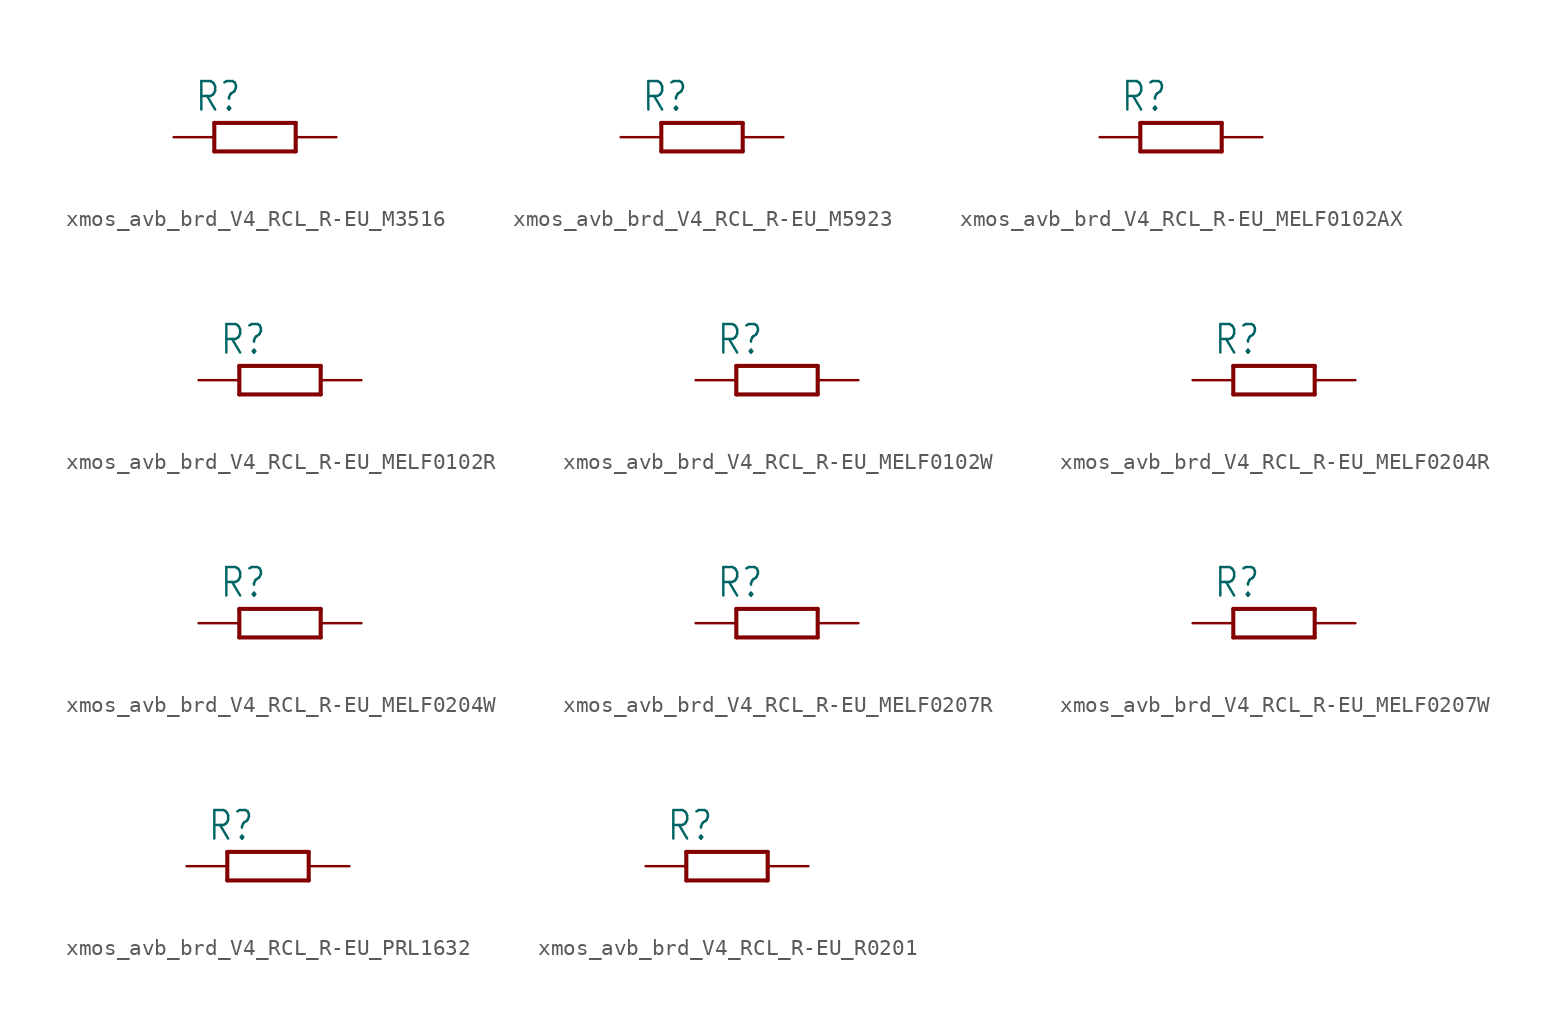
<source format=kicad_sym>
(kicad_symbol_lib
  (version 20241209)
  (generator "kicad_symbol_editor")
  (generator_version "9.0")
  (symbol "xmos_avb_brd_V4_RCL_R-EU_M3516"
    (property "Reference" "R"
      (at -3.81 1.499 0)
      (effects (font (size 1.778 1.511)) (justify left bottom)))
    (property "Value" ""
      (at -3.81 -3.302 0)
      (effects (font (size 1.778 1.511)) (justify left bottom)))
    (property "ki_locked" ""
      (at 0 0 0)
      (effects (font (size 1.27 1.27))))
    (symbol "xmos_avb_brd_V4_RCL_R-EU_M3516_1_0"
      (polyline (pts (xy -2.54 -0.889) (xy -2.54 0.889)) (stroke (width 0.254) (type solid)) (fill (type none)))
      (polyline (pts (xy -2.54 -0.889) (xy 2.54 -0.889)) (stroke (width 0.254) (type solid)) (fill (type none)))
      (polyline (pts (xy 2.54 0.889) (xy -2.54 0.889)) (stroke (width 0.254) (type solid)) (fill (type none)))
      (polyline (pts (xy 2.54 -0.889) (xy 2.54 0.889)) (stroke (width 0.254) (type solid)) (fill (type none)))
      (pin passive line (at -5.08 0 0) (length 2.54) (name "1" (effects (font (size 0 0)))) (number "1" (effects (font (size 0 0)))))
      (pin passive line (at 5.08 0 180) (length 2.54) (name "2" (effects (font (size 0 0)))) (number "2" (effects (font (size 0 0)))))))
  (symbol "xmos_avb_brd_V4_RCL_R-EU_M5923"
    (property "Reference" "R"
      (at -3.81 1.499 0)
      (effects (font (size 1.778 1.511)) (justify left bottom)))
    (property "Value" ""
      (at -3.81 -3.302 0)
      (effects (font (size 1.778 1.511)) (justify left bottom)))
    (property "ki_locked" ""
      (at 0 0 0)
      (effects (font (size 1.27 1.27))))
    (symbol "xmos_avb_brd_V4_RCL_R-EU_M5923_1_0"
      (polyline (pts (xy -2.54 -0.889) (xy -2.54 0.889)) (stroke (width 0.254) (type solid)) (fill (type none)))
      (polyline (pts (xy -2.54 -0.889) (xy 2.54 -0.889)) (stroke (width 0.254) (type solid)) (fill (type none)))
      (polyline (pts (xy 2.54 0.889) (xy -2.54 0.889)) (stroke (width 0.254) (type solid)) (fill (type none)))
      (polyline (pts (xy 2.54 -0.889) (xy 2.54 0.889)) (stroke (width 0.254) (type solid)) (fill (type none)))
      (pin passive line (at -5.08 0 0) (length 2.54) (name "1" (effects (font (size 0 0)))) (number "1" (effects (font (size 0 0)))))
      (pin passive line (at 5.08 0 180) (length 2.54) (name "2" (effects (font (size 0 0)))) (number "2" (effects (font (size 0 0)))))))
  (symbol "xmos_avb_brd_V4_RCL_R-EU_MELF0102AX"
    (property "Reference" "R"
      (at -3.81 1.499 0)
      (effects (font (size 1.778 1.511)) (justify left bottom)))
    (property "Value" ""
      (at -3.81 -3.302 0)
      (effects (font (size 1.778 1.511)) (justify left bottom)))
    (property "ki_locked" ""
      (at 0 0 0)
      (effects (font (size 1.27 1.27))))
    (symbol "xmos_avb_brd_V4_RCL_R-EU_MELF0102AX_1_0"
      (polyline (pts (xy -2.54 -0.889) (xy -2.54 0.889)) (stroke (width 0.254) (type solid)) (fill (type none)))
      (polyline (pts (xy -2.54 -0.889) (xy 2.54 -0.889)) (stroke (width 0.254) (type solid)) (fill (type none)))
      (polyline (pts (xy 2.54 0.889) (xy -2.54 0.889)) (stroke (width 0.254) (type solid)) (fill (type none)))
      (polyline (pts (xy 2.54 -0.889) (xy 2.54 0.889)) (stroke (width 0.254) (type solid)) (fill (type none)))
      (pin passive line (at -5.08 0 0) (length 2.54) (name "1" (effects (font (size 0 0)))) (number "1" (effects (font (size 0 0)))))
      (pin passive line (at 5.08 0 180) (length 2.54) (name "2" (effects (font (size 0 0)))) (number "2" (effects (font (size 0 0)))))))
  (symbol "xmos_avb_brd_V4_RCL_R-EU_MELF0102R"
    (property "Reference" "R"
      (at -3.81 1.499 0)
      (effects (font (size 1.778 1.511)) (justify left bottom)))
    (property "Value" ""
      (at -3.81 -3.302 0)
      (effects (font (size 1.778 1.511)) (justify left bottom)))
    (property "ki_locked" ""
      (at 0 0 0)
      (effects (font (size 1.27 1.27))))
    (symbol "xmos_avb_brd_V4_RCL_R-EU_MELF0102R_1_0"
      (polyline (pts (xy -2.54 -0.889) (xy -2.54 0.889)) (stroke (width 0.254) (type solid)) (fill (type none)))
      (polyline (pts (xy -2.54 -0.889) (xy 2.54 -0.889)) (stroke (width 0.254) (type solid)) (fill (type none)))
      (polyline (pts (xy 2.54 0.889) (xy -2.54 0.889)) (stroke (width 0.254) (type solid)) (fill (type none)))
      (polyline (pts (xy 2.54 -0.889) (xy 2.54 0.889)) (stroke (width 0.254) (type solid)) (fill (type none)))
      (pin passive line (at -5.08 0 0) (length 2.54) (name "1" (effects (font (size 0 0)))) (number "1" (effects (font (size 0 0)))))
      (pin passive line (at 5.08 0 180) (length 2.54) (name "2" (effects (font (size 0 0)))) (number "2" (effects (font (size 0 0)))))))
  (symbol "xmos_avb_brd_V4_RCL_R-EU_MELF0102W"
    (property "Reference" "R"
      (at -3.81 1.499 0)
      (effects (font (size 1.778 1.511)) (justify left bottom)))
    (property "Value" ""
      (at -3.81 -3.302 0)
      (effects (font (size 1.778 1.511)) (justify left bottom)))
    (property "ki_locked" ""
      (at 0 0 0)
      (effects (font (size 1.27 1.27))))
    (symbol "xmos_avb_brd_V4_RCL_R-EU_MELF0102W_1_0"
      (polyline (pts (xy -2.54 -0.889) (xy -2.54 0.889)) (stroke (width 0.254) (type solid)) (fill (type none)))
      (polyline (pts (xy -2.54 -0.889) (xy 2.54 -0.889)) (stroke (width 0.254) (type solid)) (fill (type none)))
      (polyline (pts (xy 2.54 0.889) (xy -2.54 0.889)) (stroke (width 0.254) (type solid)) (fill (type none)))
      (polyline (pts (xy 2.54 -0.889) (xy 2.54 0.889)) (stroke (width 0.254) (type solid)) (fill (type none)))
      (pin passive line (at -5.08 0 0) (length 2.54) (name "1" (effects (font (size 0 0)))) (number "1" (effects (font (size 0 0)))))
      (pin passive line (at 5.08 0 180) (length 2.54) (name "2" (effects (font (size 0 0)))) (number "2" (effects (font (size 0 0)))))))
  (symbol "xmos_avb_brd_V4_RCL_R-EU_MELF0204R"
    (property "Reference" "R"
      (at -3.81 1.499 0)
      (effects (font (size 1.778 1.511)) (justify left bottom)))
    (property "Value" ""
      (at -3.81 -3.302 0)
      (effects (font (size 1.778 1.511)) (justify left bottom)))
    (property "ki_locked" ""
      (at 0 0 0)
      (effects (font (size 1.27 1.27))))
    (symbol "xmos_avb_brd_V4_RCL_R-EU_MELF0204R_1_0"
      (polyline (pts (xy -2.54 -0.889) (xy -2.54 0.889)) (stroke (width 0.254) (type solid)) (fill (type none)))
      (polyline (pts (xy -2.54 -0.889) (xy 2.54 -0.889)) (stroke (width 0.254) (type solid)) (fill (type none)))
      (polyline (pts (xy 2.54 0.889) (xy -2.54 0.889)) (stroke (width 0.254) (type solid)) (fill (type none)))
      (polyline (pts (xy 2.54 -0.889) (xy 2.54 0.889)) (stroke (width 0.254) (type solid)) (fill (type none)))
      (pin passive line (at -5.08 0 0) (length 2.54) (name "1" (effects (font (size 0 0)))) (number "1" (effects (font (size 0 0)))))
      (pin passive line (at 5.08 0 180) (length 2.54) (name "2" (effects (font (size 0 0)))) (number "2" (effects (font (size 0 0)))))))
  (symbol "xmos_avb_brd_V4_RCL_R-EU_MELF0204W"
    (property "Reference" "R"
      (at -3.81 1.499 0)
      (effects (font (size 1.778 1.511)) (justify left bottom)))
    (property "Value" ""
      (at -3.81 -3.302 0)
      (effects (font (size 1.778 1.511)) (justify left bottom)))
    (property "ki_locked" ""
      (at 0 0 0)
      (effects (font (size 1.27 1.27))))
    (symbol "xmos_avb_brd_V4_RCL_R-EU_MELF0204W_1_0"
      (polyline (pts (xy -2.54 -0.889) (xy -2.54 0.889)) (stroke (width 0.254) (type solid)) (fill (type none)))
      (polyline (pts (xy -2.54 -0.889) (xy 2.54 -0.889)) (stroke (width 0.254) (type solid)) (fill (type none)))
      (polyline (pts (xy 2.54 0.889) (xy -2.54 0.889)) (stroke (width 0.254) (type solid)) (fill (type none)))
      (polyline (pts (xy 2.54 -0.889) (xy 2.54 0.889)) (stroke (width 0.254) (type solid)) (fill (type none)))
      (pin passive line (at -5.08 0 0) (length 2.54) (name "1" (effects (font (size 0 0)))) (number "1" (effects (font (size 0 0)))))
      (pin passive line (at 5.08 0 180) (length 2.54) (name "2" (effects (font (size 0 0)))) (number "2" (effects (font (size 0 0)))))))
  (symbol "xmos_avb_brd_V4_RCL_R-EU_MELF0207R"
    (property "Reference" "R"
      (at -3.81 1.499 0)
      (effects (font (size 1.778 1.511)) (justify left bottom)))
    (property "Value" ""
      (at -3.81 -3.302 0)
      (effects (font (size 1.778 1.511)) (justify left bottom)))
    (property "ki_locked" ""
      (at 0 0 0)
      (effects (font (size 1.27 1.27))))
    (symbol "xmos_avb_brd_V4_RCL_R-EU_MELF0207R_1_0"
      (polyline (pts (xy -2.54 -0.889) (xy -2.54 0.889)) (stroke (width 0.254) (type solid)) (fill (type none)))
      (polyline (pts (xy -2.54 -0.889) (xy 2.54 -0.889)) (stroke (width 0.254) (type solid)) (fill (type none)))
      (polyline (pts (xy 2.54 0.889) (xy -2.54 0.889)) (stroke (width 0.254) (type solid)) (fill (type none)))
      (polyline (pts (xy 2.54 -0.889) (xy 2.54 0.889)) (stroke (width 0.254) (type solid)) (fill (type none)))
      (pin passive line (at -5.08 0 0) (length 2.54) (name "1" (effects (font (size 0 0)))) (number "1" (effects (font (size 0 0)))))
      (pin passive line (at 5.08 0 180) (length 2.54) (name "2" (effects (font (size 0 0)))) (number "2" (effects (font (size 0 0)))))))
  (symbol "xmos_avb_brd_V4_RCL_R-EU_MELF0207W"
    (property "Reference" "R"
      (at -3.81 1.499 0)
      (effects (font (size 1.778 1.511)) (justify left bottom)))
    (property "Value" ""
      (at -3.81 -3.302 0)
      (effects (font (size 1.778 1.511)) (justify left bottom)))
    (property "ki_locked" ""
      (at 0 0 0)
      (effects (font (size 1.27 1.27))))
    (symbol "xmos_avb_brd_V4_RCL_R-EU_MELF0207W_1_0"
      (polyline (pts (xy -2.54 -0.889) (xy -2.54 0.889)) (stroke (width 0.254) (type solid)) (fill (type none)))
      (polyline (pts (xy -2.54 -0.889) (xy 2.54 -0.889)) (stroke (width 0.254) (type solid)) (fill (type none)))
      (polyline (pts (xy 2.54 0.889) (xy -2.54 0.889)) (stroke (width 0.254) (type solid)) (fill (type none)))
      (polyline (pts (xy 2.54 -0.889) (xy 2.54 0.889)) (stroke (width 0.254) (type solid)) (fill (type none)))
      (pin passive line (at -5.08 0 0) (length 2.54) (name "1" (effects (font (size 0 0)))) (number "1" (effects (font (size 0 0)))))
      (pin passive line (at 5.08 0 180) (length 2.54) (name "2" (effects (font (size 0 0)))) (number "2" (effects (font (size 0 0)))))))
  (symbol "xmos_avb_brd_V4_RCL_R-EU_PRL1632"
    (property "Reference" "R"
      (at -3.81 1.499 0)
      (effects (font (size 1.778 1.511)) (justify left bottom)))
    (property "Value" ""
      (at -3.81 -3.302 0)
      (effects (font (size 1.778 1.511)) (justify left bottom)))
    (property "ki_locked" ""
      (at 0 0 0)
      (effects (font (size 1.27 1.27))))
    (symbol "xmos_avb_brd_V4_RCL_R-EU_PRL1632_1_0"
      (polyline (pts (xy -2.54 -0.889) (xy -2.54 0.889)) (stroke (width 0.254) (type solid)) (fill (type none)))
      (polyline (pts (xy -2.54 -0.889) (xy 2.54 -0.889)) (stroke (width 0.254) (type solid)) (fill (type none)))
      (polyline (pts (xy 2.54 0.889) (xy -2.54 0.889)) (stroke (width 0.254) (type solid)) (fill (type none)))
      (polyline (pts (xy 2.54 -0.889) (xy 2.54 0.889)) (stroke (width 0.254) (type solid)) (fill (type none)))
      (pin passive line (at -5.08 0 0) (length 2.54) (name "1" (effects (font (size 0 0)))) (number "1" (effects (font (size 0 0)))))
      (pin passive line (at 5.08 0 180) (length 2.54) (name "2" (effects (font (size 0 0)))) (number "2" (effects (font (size 0 0)))))))
  (symbol "xmos_avb_brd_V4_RCL_R-EU_R0201"
    (property "Reference" "R"
      (at -3.81 1.499 0)
      (effects (font (size 1.778 1.511)) (justify left bottom)))
    (property "Value" ""
      (at -3.81 -3.302 0)
      (effects (font (size 1.778 1.511)) (justify left bottom)))
    (property "ki_locked" ""
      (at 0 0 0)
      (effects (font (size 1.27 1.27))))
    (symbol "xmos_avb_brd_V4_RCL_R-EU_R0201_1_0"
      (polyline (pts (xy -2.54 -0.889) (xy -2.54 0.889)) (stroke (width 0.254) (type solid)) (fill (type none)))
      (polyline (pts (xy -2.54 -0.889) (xy 2.54 -0.889)) (stroke (width 0.254) (type solid)) (fill (type none)))
      (polyline (pts (xy 2.54 0.889) (xy -2.54 0.889)) (stroke (width 0.254) (type solid)) (fill (type none)))
      (polyline (pts (xy 2.54 -0.889) (xy 2.54 0.889)) (stroke (width 0.254) (type solid)) (fill (type none)))
      (pin passive line (at -5.08 0 0) (length 2.54) (name "1" (effects (font (size 0 0)))) (number "1" (effects (font (size 0 0)))))
      (pin passive line (at 5.08 0 180) (length 2.54) (name "2" (effects (font (size 0 0)))) (number "2" (effects (font (size 0 0))))))))
</source>
